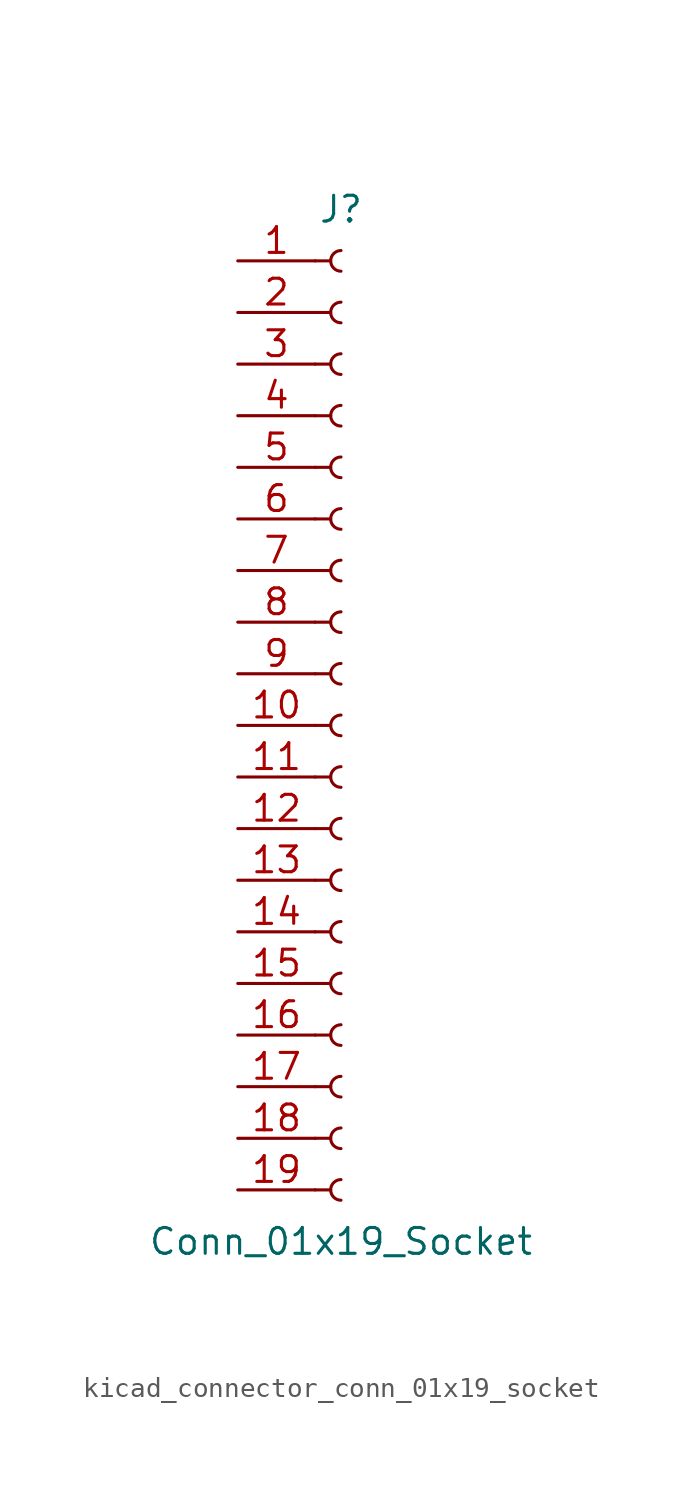
<source format=kicad_sym>
(kicad_symbol_lib
  (version 20220914)
  (generator kicad_symbol_editor)
  (symbol "kicad_connector_conn_01x19_socket"
    (pin_names
      (offset 1.016) hide)
    (property "Reference" "J"
      (at 0 25.4 0)
      (effects (font (size 1.27 1.27))))
    (property "Value" "Conn_01x19_Socket"
      (at 0 -25.4 0)
      (effects (font (size 1.27 1.27))))
    (property "ki_locked" ""
      (at 0 0 0)
      (effects (font (size 1.27 1.27))))
    (symbol "kicad_connector_conn_01x19_socket_1_1"
      (arc (start 0 -22.352) (mid -0.5058 -22.86) (end 0 -23.368) (stroke (width 0.1524) (type default)) (fill (type none)))
      (arc (start 0 -19.812) (mid -0.5058 -20.32) (end 0 -20.828) (stroke (width 0.1524) (type default)) (fill (type none)))
      (arc (start 0 -17.272) (mid -0.5058 -17.78) (end 0 -18.288) (stroke (width 0.1524) (type default)) (fill (type none)))
      (arc (start 0 -14.732) (mid -0.5058 -15.24) (end 0 -15.748) (stroke (width 0.1524) (type default)) (fill (type none)))
      (arc (start 0 -12.192) (mid -0.5058 -12.7) (end 0 -13.208) (stroke (width 0.1524) (type default)) (fill (type none)))
      (arc (start 0 -9.652) (mid -0.5058 -10.16) (end 0 -10.668) (stroke (width 0.1524) (type default)) (fill (type none)))
      (arc (start 0 -7.112) (mid -0.5058 -7.62) (end 0 -8.128) (stroke (width 0.1524) (type default)) (fill (type none)))
      (arc (start 0 -4.572) (mid -0.5058 -5.08) (end 0 -5.588) (stroke (width 0.1524) (type default)) (fill (type none)))
      (arc (start 0 -2.032) (mid -0.5058 -2.54) (end 0 -3.048) (stroke (width 0.1524) (type default)) (fill (type none)))
      (polyline (pts (xy -1.27 -22.86) (xy -0.508 -22.86)) (stroke (width 0.152) (type default)) (fill (type none)))
      (polyline (pts (xy -1.27 -20.32) (xy -0.508 -20.32)) (stroke (width 0.152) (type default)) (fill (type none)))
      (polyline (pts (xy -1.27 -17.78) (xy -0.508 -17.78)) (stroke (width 0.152) (type default)) (fill (type none)))
      (polyline (pts (xy -1.27 -15.24) (xy -0.508 -15.24)) (stroke (width 0.152) (type default)) (fill (type none)))
      (polyline (pts (xy -1.27 -12.7) (xy -0.508 -12.7)) (stroke (width 0.152) (type default)) (fill (type none)))
      (polyline (pts (xy -1.27 -10.16) (xy -0.508 -10.16)) (stroke (width 0.152) (type default)) (fill (type none)))
      (polyline (pts (xy -1.27 -7.62) (xy -0.508 -7.62)) (stroke (width 0.152) (type default)) (fill (type none)))
      (polyline (pts (xy -1.27 -5.08) (xy -0.508 -5.08)) (stroke (width 0.152) (type default)) (fill (type none)))
      (polyline (pts (xy -1.27 -2.54) (xy -0.508 -2.54)) (stroke (width 0.152) (type default)) (fill (type none)))
      (polyline (pts (xy -1.27 0) (xy -0.508 0)) (stroke (width 0.152) (type default)) (fill (type none)))
      (polyline (pts (xy -1.27 2.54) (xy -0.508 2.54)) (stroke (width 0.152) (type default)) (fill (type none)))
      (polyline (pts (xy -1.27 5.08) (xy -0.508 5.08)) (stroke (width 0.152) (type default)) (fill (type none)))
      (polyline (pts (xy -1.27 7.62) (xy -0.508 7.62)) (stroke (width 0.152) (type default)) (fill (type none)))
      (polyline (pts (xy -1.27 10.16) (xy -0.508 10.16)) (stroke (width 0.152) (type default)) (fill (type none)))
      (polyline (pts (xy -1.27 12.7) (xy -0.508 12.7)) (stroke (width 0.152) (type default)) (fill (type none)))
      (polyline (pts (xy -1.27 15.24) (xy -0.508 15.24)) (stroke (width 0.152) (type default)) (fill (type none)))
      (polyline (pts (xy -1.27 17.78) (xy -0.508 17.78)) (stroke (width 0.152) (type default)) (fill (type none)))
      (polyline (pts (xy -1.27 20.32) (xy -0.508 20.32)) (stroke (width 0.152) (type default)) (fill (type none)))
      (polyline (pts (xy -1.27 22.86) (xy -0.508 22.86)) (stroke (width 0.152) (type default)) (fill (type none)))
      (arc (start 0 0.508) (mid -0.5058 0) (end 0 -0.508) (stroke (width 0.1524) (type default)) (fill (type none)))
      (arc (start 0 3.048) (mid -0.5058 2.54) (end 0 2.032) (stroke (width 0.1524) (type default)) (fill (type none)))
      (arc (start 0 5.588) (mid -0.5058 5.08) (end 0 4.572) (stroke (width 0.1524) (type default)) (fill (type none)))
      (arc (start 0 8.128) (mid -0.5058 7.62) (end 0 7.112) (stroke (width 0.1524) (type default)) (fill (type none)))
      (arc (start 0 10.668) (mid -0.5058 10.16) (end 0 9.652) (stroke (width 0.1524) (type default)) (fill (type none)))
      (arc (start 0 13.208) (mid -0.5058 12.7) (end 0 12.192) (stroke (width 0.1524) (type default)) (fill (type none)))
      (arc (start 0 15.748) (mid -0.5058 15.24) (end 0 14.732) (stroke (width 0.1524) (type default)) (fill (type none)))
      (arc (start 0 18.288) (mid -0.5058 17.78) (end 0 17.272) (stroke (width 0.1524) (type default)) (fill (type none)))
      (arc (start 0 20.828) (mid -0.5058 20.32) (end 0 19.812) (stroke (width 0.1524) (type default)) (fill (type none)))
      (arc (start 0 23.368) (mid -0.5058 22.86) (end 0 22.352) (stroke (width 0.1524) (type default)) (fill (type none)))
      (pin passive line (at -5.08 22.86 0) (length 3.81) (name "Pin_1" (effects (font (size 1.27 1.27)))) (number "1" (effects (font (size 1.27 1.27)))))
      (pin passive line (at -5.08 0 0) (length 3.81) (name "Pin_10" (effects (font (size 1.27 1.27)))) (number "10" (effects (font (size 1.27 1.27)))))
      (pin passive line (at -5.08 -2.54 0) (length 3.81) (name "Pin_11" (effects (font (size 1.27 1.27)))) (number "11" (effects (font (size 1.27 1.27)))))
      (pin passive line (at -5.08 -5.08 0) (length 3.81) (name "Pin_12" (effects (font (size 1.27 1.27)))) (number "12" (effects (font (size 1.27 1.27)))))
      (pin passive line (at -5.08 -7.62 0) (length 3.81) (name "Pin_13" (effects (font (size 1.27 1.27)))) (number "13" (effects (font (size 1.27 1.27)))))
      (pin passive line (at -5.08 -10.16 0) (length 3.81) (name "Pin_14" (effects (font (size 1.27 1.27)))) (number "14" (effects (font (size 1.27 1.27)))))
      (pin passive line (at -5.08 -12.7 0) (length 3.81) (name "Pin_15" (effects (font (size 1.27 1.27)))) (number "15" (effects (font (size 1.27 1.27)))))
      (pin passive line (at -5.08 -15.24 0) (length 3.81) (name "Pin_16" (effects (font (size 1.27 1.27)))) (number "16" (effects (font (size 1.27 1.27)))))
      (pin passive line (at -5.08 -17.78 0) (length 3.81) (name "Pin_17" (effects (font (size 1.27 1.27)))) (number "17" (effects (font (size 1.27 1.27)))))
      (pin passive line (at -5.08 -20.32 0) (length 3.81) (name "Pin_18" (effects (font (size 1.27 1.27)))) (number "18" (effects (font (size 1.27 1.27)))))
      (pin passive line (at -5.08 -22.86 0) (length 3.81) (name "Pin_19" (effects (font (size 1.27 1.27)))) (number "19" (effects (font (size 1.27 1.27)))))
      (pin passive line (at -5.08 20.32 0) (length 3.81) (name "Pin_2" (effects (font (size 1.27 1.27)))) (number "2" (effects (font (size 1.27 1.27)))))
      (pin passive line (at -5.08 17.78 0) (length 3.81) (name "Pin_3" (effects (font (size 1.27 1.27)))) (number "3" (effects (font (size 1.27 1.27)))))
      (pin passive line (at -5.08 15.24 0) (length 3.81) (name "Pin_4" (effects (font (size 1.27 1.27)))) (number "4" (effects (font (size 1.27 1.27)))))
      (pin passive line (at -5.08 12.7 0) (length 3.81) (name "Pin_5" (effects (font (size 1.27 1.27)))) (number "5" (effects (font (size 1.27 1.27)))))
      (pin passive line (at -5.08 10.16 0) (length 3.81) (name "Pin_6" (effects (font (size 1.27 1.27)))) (number "6" (effects (font (size 1.27 1.27)))))
      (pin passive line (at -5.08 7.62 0) (length 3.81) (name "Pin_7" (effects (font (size 1.27 1.27)))) (number "7" (effects (font (size 1.27 1.27)))))
      (pin passive line (at -5.08 5.08 0) (length 3.81) (name "Pin_8" (effects (font (size 1.27 1.27)))) (number "8" (effects (font (size 1.27 1.27)))))
      (pin passive line (at -5.08 2.54 0) (length 3.81) (name "Pin_9" (effects (font (size 1.27 1.27)))) (number "9" (effects (font (size 1.27 1.27))))))))
</source>
